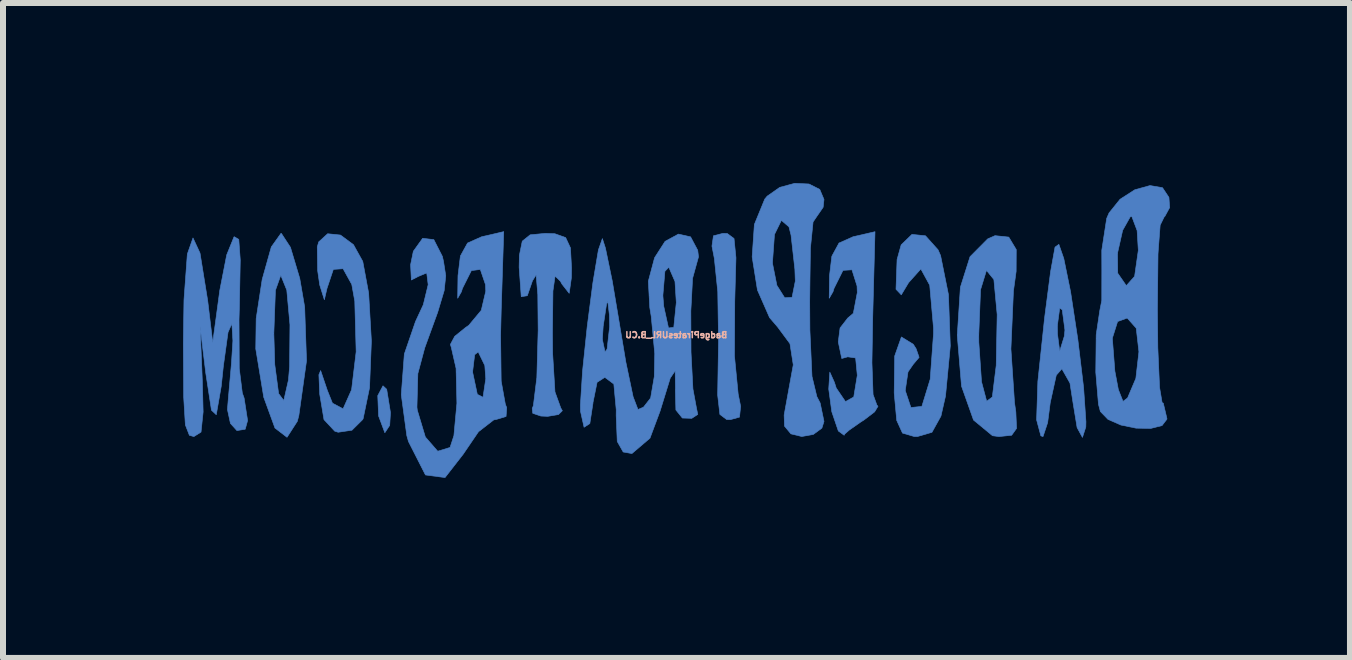
<source format=kicad_pcb>
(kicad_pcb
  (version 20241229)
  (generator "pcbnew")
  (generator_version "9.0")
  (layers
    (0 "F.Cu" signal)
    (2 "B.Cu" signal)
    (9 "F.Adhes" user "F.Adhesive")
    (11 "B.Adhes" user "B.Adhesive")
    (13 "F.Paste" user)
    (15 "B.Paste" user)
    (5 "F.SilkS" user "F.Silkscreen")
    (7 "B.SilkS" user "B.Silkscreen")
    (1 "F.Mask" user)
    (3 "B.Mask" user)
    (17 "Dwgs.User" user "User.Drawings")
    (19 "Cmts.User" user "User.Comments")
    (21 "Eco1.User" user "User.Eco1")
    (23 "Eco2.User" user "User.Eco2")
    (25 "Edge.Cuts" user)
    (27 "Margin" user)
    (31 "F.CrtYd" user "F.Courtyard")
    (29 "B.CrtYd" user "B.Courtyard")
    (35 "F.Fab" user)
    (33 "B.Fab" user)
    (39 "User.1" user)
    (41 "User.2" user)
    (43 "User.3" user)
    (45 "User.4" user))
  (footprint "BadgePiratesURL_B.CU"
    (layer "F.Cu")
    (at 8.22 3.167)
    (property "Reference" "BadgePiratesURL_B.CU" (at 0 -0.635 0) (layer "B.SilkS") (effects (font (size 0.1 0.1) (thickness 0.025)) (justify mirror)))
    (attr through_hole)
    (fp_poly (pts (xy -4.975 0.376) (xy -4.961 0.715) (xy -4.857 0.994) (xy -4.776 0.871) (xy -4.763 0.659) (xy -4.826 0.27) (xy -4.888 0.212) (xy -4.975 0.376)) (stroke (width 0.01) (type solid)) (fill yes) (layer "B.Cu"))
    (fp_poly (pts (xy 0.619 -2.288) (xy 0.594 -2.116) (xy 0.634 -1.91) (xy 0.691 -1.355) (xy 0.704 -0.52) (xy 0.701 -0.358) (xy 0.689 0.366) (xy 0.726 0.689) (xy 0.839 0.774) (xy 0.901 0.776) (xy 1.053 0.734) (xy 1.072 0.555) (xy 1.031 0.35) (xy 0.969 -0.286) (xy 0.974 -1.202) (xy 0.994 -1.921) (xy 0.962 -2.242) (xy 0.849 -2.326) (xy 0.776 -2.328) (xy 0.619 -2.288)) (stroke (width 0.01) (type solid)) (fill yes) (layer "B.Cu"))
    (fp_poly (pts (xy -6.749 -2.102) (xy -6.901 -1.56) (xy -7.001 -0.909) (xy -7.008 -0.405) (xy -6.875 0.403) (xy -6.688 0.916) (xy -6.487 1.07) (xy -6.315 0.803) (xy -6.29 0.706) (xy -6.162 -0.206) (xy -6.183 -0.804) (xy -6.438 -0.804) (xy -6.444 -0.109) (xy -6.463 0.115) (xy -6.541 0.457) (xy -6.627 0.342) (xy -6.691 -0.14) (xy -6.707 -0.659) (xy -6.68 -1.38) (xy -6.594 -1.622) (xy -6.588 -1.623) (xy -6.491 -1.382) (xy -6.438 -0.804) (xy -6.183 -0.804) (xy -6.193 -1.101) (xy -6.275 -1.578) (xy -6.43 -2.096) (xy -6.581 -2.327) (xy -6.588 -2.328) (xy -6.749 -2.102)) (stroke (width 0.01) (type solid)) (fill yes) (layer "B.Cu"))
    (fp_poly (pts (xy -5.959 -2.186) (xy -5.983 -2.103) (xy -5.977 -1.71) (xy -5.942 -1.468) (xy -5.865 -1.222) (xy -5.821 -1.411) (xy -5.715 -1.728) (xy -5.553 -1.739) (xy -5.408 -1.477) (xy -5.358 -1.199) (xy -5.335 -0.356) (xy -5.411 0.277) (xy -5.553 0.596) (xy -5.73 0.501) (xy -5.815 0.289) (xy -5.927 -0.042) (xy -5.956 0.028) (xy -5.942 0.353) (xy -5.871 0.776) (xy -5.692 0.968) (xy -5.635 0.986) (xy -5.405 0.952) (xy -5.226 0.774) (xy -5.219 0.761) (xy -5.112 0.244) (xy -5.081 -0.533) (xy -5.127 -1.334) (xy -5.225 -1.861) (xy -5.38 -2.14) (xy -5.596 -2.3) (xy -5.81 -2.322) (xy -5.959 -2.186)) (stroke (width 0.01) (type solid)) (fill yes) (layer "B.Cu"))
    (fp_poly (pts (xy -2.435 -2.304) (xy -2.567 -2.198) (xy -2.615 -1.962) (xy -2.619 -1.764) (xy -2.584 -1.273) (xy -2.483 -1.289) (xy -2.397 -1.538) (xy -2.336 -1.636) (xy -2.308 -1.31) (xy -2.302 -0.715) (xy -2.324 0.074) (xy -2.382 0.544) (xy -2.401 0.589) (xy -2.392 0.67) (xy -2.257 0.716) (xy -2.143 0.721) (xy -1.963 0.691) (xy -1.899 0.627) (xy -1.925 0.582) (xy -2.022 0.314) (xy -2.061 -0.328) (xy -2.064 -0.666) (xy -2.056 -1.367) (xy -2.02 -1.617) (xy -1.932 -1.531) (xy -1.905 -1.482) (xy -1.785 -1.329) (xy -1.748 -1.591) (xy -1.746 -1.754) (xy -1.764 -2.086) (xy -1.844 -2.258) (xy -2.023 -2.322) (xy -2.183 -2.328) (xy -2.435 -2.304)) (stroke (width 0.01) (type solid)) (fill yes) (layer "B.Cu"))
    (fp_poly (pts (xy 5.189 -2.236) (xy 4.895 -1.94) (xy 4.734 -1.431) (xy 4.683 -0.641) (xy 4.683 -0.616) (xy 4.753 0.219) (xy 4.953 0.783) (xy 5.269 1.044) (xy 5.378 1.058) (xy 5.588 1.036) (xy 5.67 0.922) (xy 5.658 0.648) (xy 5.636 0.494) (xy 5.576 -0.402) (xy 5.601 -0.974) (xy 5.347 -0.974) (xy 5.331 -0.127) (xy 5.266 0.399) (xy 5.172 0.469) (xy 5.086 0.145) (xy 5.041 -0.513) (xy 5.04 -0.635) (xy 5.07 -1.39) (xy 5.165 -1.7) (xy 5.173 -1.706) (xy 5.292 -1.559) (xy 5.347 -0.974) (xy 5.601 -0.974) (xy 5.618 -1.366) (xy 5.663 -1.695) (xy 5.665 -2.058) (xy 5.54 -2.266) (xy 5.311 -2.29) (xy 5.189 -2.236)) (stroke (width 0.01) (type solid)) (fill yes) (layer "B.Cu"))
    (fp_poly (pts (xy 6.311 -2.099) (xy 6.237 -1.69) (xy 6.137 -0.919) (xy 6.025 0.139) (xy 6.004 0.78) (xy 6.075 1.046) (xy 6.111 1.058) (xy 6.188 0.826) (xy 6.231 0.494) (xy 6.332 0.035) (xy 6.425 -0.071) (xy 6.56 0.167) (xy 6.611 0.494) (xy 6.679 0.909) (xy 6.768 1.072) (xy 6.824 0.899) (xy 6.826 0.811) (xy 6.787 0.24) (xy 6.691 -0.561) (xy 6.667 -0.717) (xy 6.476 -0.717) (xy 6.466 -0.615) (xy 6.389 -0.365) (xy 6.352 -0.65) (xy 6.35 -0.793) (xy 6.389 -1.083) (xy 6.431 -1.055) (xy 6.476 -0.717) (xy 6.667 -0.717) (xy 6.57 -1.356) (xy 6.457 -1.909) (xy 6.457 -1.909) (xy 6.375 -2.145) (xy 6.311 -2.099)) (stroke (width 0.01) (type solid)) (fill yes) (layer "B.Cu"))
    (fp_poly (pts (xy 3.747 -2.137) (xy 3.679 -1.893) (xy 3.661 -1.397) (xy 3.749 -1.304) (xy 3.871 -1.507) (xy 4.075 -1.735) (xy 4.223 -1.464) (xy 4.286 -0.752) (xy 4.286 -0.654) (xy 4.231 0.102) (xy 4.092 0.555) (xy 3.91 0.574) (xy 3.909 0.573) (xy 3.815 0.291) (xy 3.861 -0.02) (xy 3.949 -0.147) (xy 4.046 -0.262) (xy 3.996 -0.406) (xy 3.949 -0.48) (xy 3.751 -0.602) (xy 3.639 -0.284) (xy 3.631 0.331) (xy 3.673 0.789) (xy 3.769 1) (xy 3.964 1.057) (xy 4.016 1.058) (xy 4.26 0.987) (xy 4.41 0.717) (xy 4.486 0.383) (xy 4.566 -0.454) (xy 4.535 -1.308) (xy 4.404 -1.958) (xy 4.362 -2.054) (xy 4.152 -2.288) (xy 3.927 -2.311) (xy 3.747 -2.137)) (stroke (width 0.01) (type solid)) (fill yes) (layer "B.Cu"))
    (fp_poly (pts (xy 2.946 -2.272) (xy 2.711 -2.167) (xy 2.592 -1.948) (xy 2.553 -1.623) (xy 2.548 -1.247) (xy 2.611 -1.355) (xy 2.628 -1.411) (xy 2.778 -1.712) (xy 2.927 -1.721) (xy 3.012 -1.451) (xy 3.016 -1.341) (xy 2.95 -0.996) (xy 2.857 -0.917) (xy 2.729 -0.752) (xy 2.699 -0.52) (xy 2.757 -0.243) (xy 2.857 -0.271) (xy 2.988 -0.252) (xy 3.016 0.038) (xy 2.957 0.398) (xy 2.819 0.475) (xy 2.665 0.249) (xy 2.635 0.155) (xy 2.558 -0.016) (xy 2.54 0.266) (xy 2.591 0.644) (xy 2.7 0.965) (xy 2.797 1.036) (xy 2.804 1.018) (xy 2.883 0.949) (xy 3.063 0.823) (xy 3.135 0.776) (xy 3.305 0.646) (xy 3.361 0.553) (xy 3.343 0.534) (xy 3.279 0.358) (xy 3.26 -0.174) (xy 3.273 -0.931) (xy 3.311 -2.356) (xy 2.946 -2.272)) (stroke (width 0.01) (type solid)) (fill yes) (layer "B.Cu"))
    (fp_poly (pts (xy -7.371 -2.269) (xy -7.492 -1.97) (xy -7.609 -1.371) (xy -7.612 -1.345) (xy -7.725 -0.509) (xy -7.809 -1.207) (xy -7.937 -2) (xy -8.054 -2.252) (xy -8.148 -1.984) (xy -8.204 -1.22) (xy -8.215 -0.49) (xy -8.209 0.401) (xy -8.181 0.864) (xy -8.114 1.037) (xy -8.039 1.058) (xy -7.92 0.983) (xy -7.885 0.648) (xy -7.898 0.141) (xy -7.935 -0.776) (xy -7.841 0) (xy -7.746 0.619) (xy -7.666 0.694) (xy -7.583 0.218) (xy -7.548 -0.116) (xy -7.47 -0.68) (xy -7.406 -0.824) (xy -7.389 -0.538) (xy -7.413 -0.162) (xy -7.463 0.402) (xy -7.48 0.607) (xy -7.43 0.839) (xy -7.322 0.958) (xy -7.184 0.936) (xy -7.144 0.791) (xy -7.202 0.416) (xy -7.232 0.333) (xy -7.283 -0.077) (xy -7.287 -0.894) (xy -7.281 -1.109) (xy -7.266 -1.883) (xy -7.291 -2.228) (xy -7.366 -2.272) (xy -7.371 -2.269)) (stroke (width 0.01) (type solid)) (fill yes) (layer "B.Cu"))
    (fp_poly (pts (xy 1.724 -3.095) (xy 1.514 -2.948) (xy 1.474 -2.9) (xy 1.301 -2.477) (xy 1.264 -1.936) (xy 1.352 -1.384) (xy 1.554 -0.924) (xy 1.688 -0.768) (xy 1.894 -0.49) (xy 1.949 -0.137) (xy 1.87 0.296) (xy 1.797 0.699) (xy 1.803 0.884) (xy 1.91 1.013) (xy 2.091 1.057) (xy 2.284 1.022) (xy 2.426 0.917) (xy 2.461 0.806) (xy 2.397 0.498) (xy 2.342 0.392) (xy 2.261 0.056) (xy 2.226 -0.718) (xy 2.223 -1.191) (xy 2.227 -1.533) (xy 1.983 -1.533) (xy 1.929 -1.262) (xy 1.806 -1.255) (xy 1.676 -1.461) (xy 1.602 -1.832) (xy 1.602 -1.835) (xy 1.636 -2.31) (xy 1.751 -2.545) (xy 1.877 -2.437) (xy 1.912 -2.299) (xy 1.976 -1.728) (xy 1.983 -1.533) (xy 2.227 -1.533) (xy 2.235 -2.081) (xy 2.279 -2.518) (xy 2.342 -2.611) (xy 2.447 -2.763) (xy 2.461 -2.893) (xy 2.39 -3.061) (xy 2.211 -3.151) (xy 1.973 -3.162) (xy 1.724 -3.095)) (stroke (width 0.01) (type solid)) (fill yes) (layer "B.Cu"))
    (fp_poly (pts (xy 7.641 -3.055) (xy 7.395 -2.897) (xy 7.211 -2.668) (xy 7.172 -2.578) (xy 7.09 -2.046) (xy 7.091 -1.713) (xy 7.09 -1.21) (xy 7.057 -1.042) (xy 6.997 -0.638) (xy 6.99 -0.015) (xy 7.035 0.52) (xy 7.067 0.641) (xy 7.194 0.772) (xy 7.409 0.866) (xy 7.662 0.918) (xy 7.907 0.922) (xy 8.094 0.875) (xy 8.175 0.769) (xy 8.176 0.758) (xy 8.115 0.501) (xy 8.096 0.494) (xy 8.053 0.239) (xy 8.027 -0.355) (xy 7.709 -0.355) (xy 7.658 0.089) (xy 7.52 0.414) (xy 7.444 0.472) (xy 7.366 0.274) (xy 7.308 -0.033) (xy 7.266 -0.581) (xy 7.354 -0.859) (xy 7.514 -0.917) (xy 7.664 -0.748) (xy 7.709 -0.355) (xy 8.027 -0.355) (xy 8.024 -0.42) (xy 8.017 -1.058) (xy 8.027 -1.985) (xy 8.031 -2.046) (xy 7.699 -2.046) (xy 7.637 -1.612) (xy 7.499 -1.457) (xy 7.358 -1.661) (xy 7.356 -1.667) (xy 7.352 -1.998) (xy 7.438 -2.379) (xy 7.564 -2.603) (xy 7.59 -2.611) (xy 7.679 -2.375) (xy 7.699 -2.046) (xy 8.031 -2.046) (xy 8.063 -2.465) (xy 8.134 -2.61) (xy 8.141 -2.611) (xy 8.221 -2.758) (xy 8.209 -2.928) (xy 8.102 -3.089) (xy 7.894 -3.125) (xy 7.641 -3.055)) (stroke (width 0.01) (type solid)) (fill yes) (layer "B.Cu"))
    (fp_poly (pts (xy -3.243 -2.272) (xy -3.479 -2.167) (xy -3.598 -1.951) (xy -3.638 -1.623) (xy -3.643 -1.247) (xy -3.581 -1.355) (xy -3.564 -1.411) (xy -3.415 -1.708) (xy -3.266 -1.727) (xy -3.18 -1.475) (xy -3.175 -1.365) (xy -3.25 -1.046) (xy -3.458 -0.796) (xy -3.512 -0.759) (xy -3.693 -0.612) (xy -3.765 -0.477) (xy -3.75 -0.429) (xy -3.67 -0.079) (xy -3.656 0.503) (xy -3.706 1.042) (xy -3.77 1.239) (xy -3.976 1.302) (xy -4.182 1.065) (xy -4.316 0.619) (xy -4.322 0.569) (xy -4.307 0.008) (xy -4.192 -0.421) (xy -3.977 -1.012) (xy -3.868 -1.375) (xy -3.842 -1.621) (xy -3.879 -1.86) (xy -3.898 -1.944) (xy -4.041 -2.224) (xy -4.227 -2.246) (xy -4.382 -2.03) (xy -4.428 -1.805) (xy -4.415 -1.551) (xy -4.296 -1.612) (xy -4.159 -1.669) (xy -4.135 -1.473) (xy -4.216 -1.139) (xy -4.346 -0.859) (xy -4.532 -0.318) (xy -4.583 0.361) (xy -4.491 1.042) (xy -4.463 1.141) (xy -4.18 1.698) (xy -3.854 1.741) (xy -3.552 1.353) (xy -3.296 0.977) (xy -3.042 0.78) (xy -2.997 0.772) (xy -2.837 0.723) (xy -2.826 0.577) (xy -2.849 0.519) (xy -2.918 0.137) (xy -2.919 0.094) (xy -3.175 0.094) (xy -3.221 0.403) (xy -3.316 0.354) (xy -3.395 -0.018) (xy -3.36 -0.306) (xy -3.301 -0.353) (xy -3.191 -0.126) (xy -3.175 0.094) (xy -2.919 0.094) (xy -2.928 -0.629) (xy -2.918 -1.043) (xy -2.876 -2.357) (xy -3.243 -2.272)) (stroke (width 0.01) (type solid)) (fill yes) (layer "B.Cu"))
    (fp_poly (pts (xy -0.187 -2.195) (xy -0.362 -1.922) (xy -0.466 -1.531) (xy -0.442 -1.092) (xy -0.418 -0.946) (xy -0.359 -0.323) (xy -0.367 0.059) (xy -0.428 0.416) (xy -0.547 0.568) (xy -0.639 0.607) (xy -0.72 0.394) (xy -0.841 -0.183) (xy -0.937 -0.757) (xy -0.94 -0.776) (xy -1.111 -0.776) (xy -1.153 -0.4) (xy -1.188 -0.353) (xy -1.232 -0.56) (xy -1.219 -0.776) (xy -1.163 -1.147) (xy -1.142 -1.199) (xy -1.115 -0.969) (xy -1.111 -0.776) (xy -0.94 -0.776) (xy -1.068 -1.538) (xy -1.181 -2.083) (xy -1.232 -2.241) (xy -1.298 -2.053) (xy -1.39 -1.505) (xy -1.485 -0.773) (xy -1.562 -0.035) (xy -1.598 0.532) (xy -1.597 0.635) (xy -1.537 0.903) (xy -1.441 0.841) (xy -1.389 0.503) (xy -1.389 0.494) (xy -1.32 0.153) (xy -1.191 0.071) (xy -1.041 0.183) (xy -1.001 0.612) (xy -1.002 0.706) (xy -0.984 1.14) (xy -0.885 1.315) (xy -0.74 1.341) (xy -0.439 1.085) (xy -0.271 0.635) (xy -0.101 0.084) (xy -0.019 -0.038) (xy -0.014 0.254) (xy -0.016 0.282) (xy -0.007 0.615) (xy 0.101 0.749) (xy 0.258 0.754) (xy 0.358 0.689) (xy 0.337 0.589) (xy 0.277 0.265) (xy 0.245 -0.349) (xy 0.242 -1.037) (xy 0.25 -1.176) (xy 0 -1.176) (xy -0.042 -0.762) (xy -0.13 -0.752) (xy -0.21 -1.115) (xy -0.224 -1.293) (xy -0.19 -1.696) (xy -0.125 -1.764) (xy -0.022 -1.526) (xy 0 -1.176) (xy 0.25 -1.176) (xy 0.271 -1.579) (xy 0.322 -1.764) (xy 0.37 -1.937) (xy 0.357 -2.046) (xy 0.238 -2.27) (xy 0.035 -2.316) (xy -0.187 -2.195)) (stroke (width 0.01) (type solid)) (fill yes) (layer "B.Cu")))
  (gr_rect
    (start -3 -3)
    (end 19.446 7.914)
    (stroke (width 0.1) (type default))
    (fill no)
    (layer "Edge.Cuts")))
</source>
